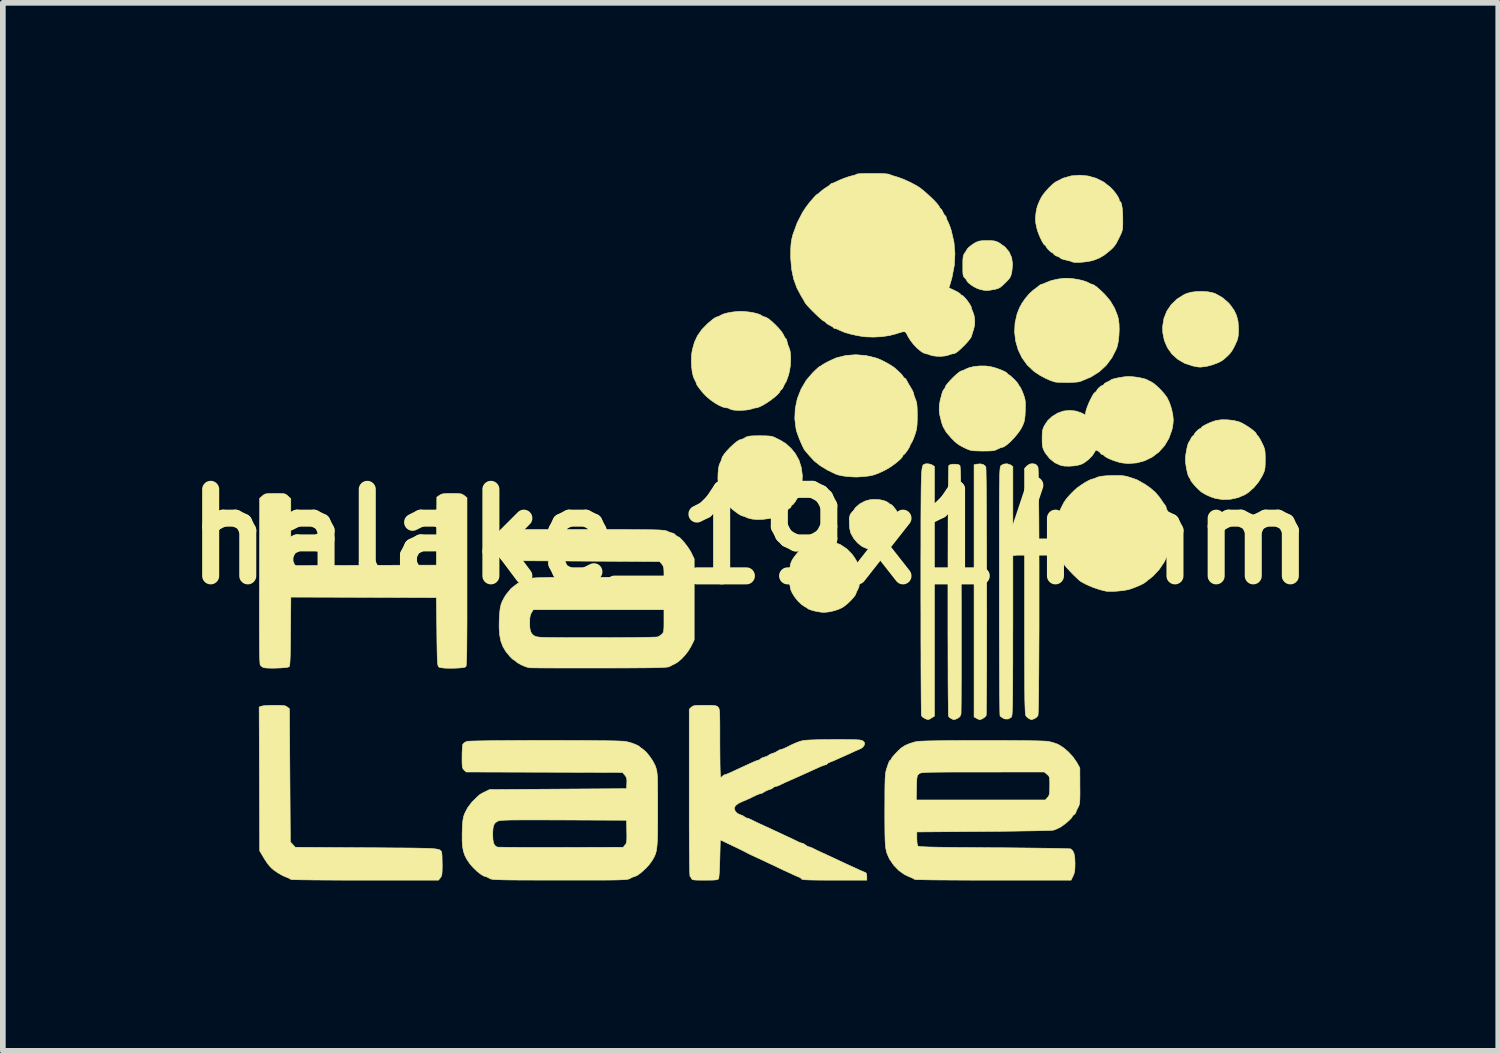
<source format=kicad_pcb>
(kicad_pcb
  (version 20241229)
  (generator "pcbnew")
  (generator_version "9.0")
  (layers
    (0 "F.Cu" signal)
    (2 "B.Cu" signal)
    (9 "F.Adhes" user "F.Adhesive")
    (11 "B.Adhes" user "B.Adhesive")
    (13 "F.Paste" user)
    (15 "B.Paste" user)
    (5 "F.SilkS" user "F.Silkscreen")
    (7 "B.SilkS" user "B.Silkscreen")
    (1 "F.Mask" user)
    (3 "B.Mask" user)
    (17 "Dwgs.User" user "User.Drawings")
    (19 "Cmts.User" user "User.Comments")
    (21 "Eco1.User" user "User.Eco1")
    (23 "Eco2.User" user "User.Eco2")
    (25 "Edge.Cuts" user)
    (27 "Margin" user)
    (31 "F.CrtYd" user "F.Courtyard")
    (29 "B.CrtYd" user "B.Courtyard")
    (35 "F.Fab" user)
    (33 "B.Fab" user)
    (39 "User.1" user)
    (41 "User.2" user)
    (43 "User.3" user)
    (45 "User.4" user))
  (footprint "halake_19x14mm"
    (layer "F.Cu")
    (at 10.167 6.402)
    (property "Reference" "halake_19x14mm" (at 0 0 0) (layer "F.SilkS") (effects (font (size 1.524 1.524) (thickness 0.3))))
    (attr through_hole)
    (fp_poly (pts (xy 4.104 -1.269) (xy 4.139 -1.238) (xy 4.144 -1.228) (xy 4.146 -1.208) (xy 4.148 -1.158) (xy 4.149 -1.081) (xy 4.151 -0.979) (xy 4.152 -0.855) (xy 4.153 -0.709) (xy 4.154 -0.546) (xy 4.155 -0.366) (xy 4.156 -0.173) (xy 4.157 0.032) (xy 4.158 0.246) (xy 4.158 0.468) (xy 4.159 0.694) (xy 4.159 0.923) (xy 4.159 1.152) (xy 4.16 1.38) (xy 4.159 1.603) (xy 4.159 1.82) (xy 4.159 2.028) (xy 4.159 2.226) (xy 4.158 2.41) (xy 4.157 2.579) (xy 4.156 2.731) (xy 4.155 2.863) (xy 4.154 2.972) (xy 4.153 3.058) (xy 4.152 3.117) (xy 4.15 3.147) (xy 4.149 3.15) (xy 4.129 3.174) (xy 4.093 3.2) (xy 4.056 3.218) (xy 4.037 3.222) (xy 4.015 3.215) (xy 3.981 3.198) (xy 3.981 3.198) (xy 3.937 3.174) (xy 3.937 -1.267) (xy 3.985 -1.278) (xy 4.05 -1.283) (xy 4.104 -1.269)) (stroke (width 0.01) (type solid)) (fill yes) (layer "F.SilkS"))
    (fp_poly (pts (xy 2.259 -0.654) (xy 2.337 -0.64) (xy 2.398 -0.617) (xy 2.422 -0.601) (xy 2.449 -0.579) (xy 2.465 -0.572) (xy 2.488 -0.559) (xy 2.52 -0.526) (xy 2.555 -0.481) (xy 2.587 -0.432) (xy 2.605 -0.397) (xy 2.62 -0.345) (xy 2.629 -0.275) (xy 2.632 -0.198) (xy 2.628 -0.127) (xy 2.621 -0.086) (xy 2.583 0.002) (xy 2.52 0.086) (xy 2.439 0.157) (xy 2.436 0.159) (xy 2.396 0.185) (xy 2.36 0.201) (xy 2.318 0.21) (xy 2.259 0.214) (xy 2.225 0.216) (xy 2.157 0.217) (xy 2.097 0.215) (xy 2.055 0.211) (xy 2.048 0.209) (xy 1.966 0.172) (xy 1.887 0.11) (xy 1.82 0.033) (xy 1.771 -0.053) (xy 1.761 -0.079) (xy 1.746 -0.151) (xy 1.74 -0.23) (xy 1.745 -0.302) (xy 1.759 -0.356) (xy 1.78 -0.401) (xy 1.795 -0.433) (xy 1.848 -0.512) (xy 1.925 -0.579) (xy 2.018 -0.628) (xy 2.092 -0.649) (xy 2.174 -0.658) (xy 2.259 -0.654)) (stroke (width 0.01) (type solid)) (fill yes) (layer "F.SilkS"))
    (fp_poly (pts (xy 8.057 -4.313) (xy 8.145 -4.295) (xy 8.184 -4.282) (xy 8.311 -4.211) (xy 8.417 -4.119) (xy 8.451 -4.079) (xy 8.517 -3.986) (xy 8.56 -3.894) (xy 8.585 -3.795) (xy 8.594 -3.678) (xy 8.594 -3.633) (xy 8.591 -3.558) (xy 8.583 -3.502) (xy 8.568 -3.452) (xy 8.542 -3.395) (xy 8.509 -3.327) (xy 8.481 -3.278) (xy 8.452 -3.237) (xy 8.415 -3.197) (xy 8.363 -3.149) (xy 8.334 -3.123) (xy 8.288 -3.091) (xy 8.22 -3.059) (xy 8.143 -3.03) (xy 8.066 -3.008) (xy 8.033 -3.001) (xy 7.969 -2.992) (xy 7.925 -2.987) (xy 7.886 -2.989) (xy 7.84 -2.997) (xy 7.787 -3.008) (xy 7.646 -3.054) (xy 7.524 -3.125) (xy 7.422 -3.217) (xy 7.343 -3.328) (xy 7.288 -3.455) (xy 7.26 -3.595) (xy 7.258 -3.705) (xy 7.281 -3.845) (xy 7.332 -3.973) (xy 7.41 -4.088) (xy 7.512 -4.186) (xy 7.635 -4.263) (xy 7.679 -4.283) (xy 7.756 -4.305) (xy 7.852 -4.318) (xy 7.956 -4.32) (xy 8.057 -4.313)) (stroke (width 0.01) (type solid)) (fill yes) (layer "F.SilkS"))
    (fp_poly (pts (xy 3.144 -1.282) (xy 3.191 -1.268) (xy 3.203 -1.261) (xy 3.239 -1.236) (xy 3.239 3.16) (xy 3.187 3.191) (xy 3.151 3.213) (xy 3.127 3.22) (xy 3.102 3.214) (xy 3.07 3.2) (xy 3.033 3.178) (xy 3.011 3.153) (xy 3.011 3.152) (xy 3.009 3.133) (xy 3.008 3.084) (xy 3.007 3.007) (xy 3.006 2.904) (xy 3.005 2.777) (xy 3.004 2.627) (xy 3.003 2.457) (xy 3.002 2.268) (xy 3.002 2.061) (xy 3.001 1.84) (xy 3.001 1.606) (xy 3.001 1.36) (xy 3 1.105) (xy 3 0.966) (xy 3 0.658) (xy 3 0.379) (xy 3.001 0.13) (xy 3.001 -0.093) (xy 3.001 -0.29) (xy 3.002 -0.463) (xy 3.003 -0.615) (xy 3.004 -0.745) (xy 3.005 -0.856) (xy 3.007 -0.95) (xy 3.009 -1.028) (xy 3.012 -1.092) (xy 3.015 -1.142) (xy 3.019 -1.182) (xy 3.023 -1.212) (xy 3.028 -1.234) (xy 3.033 -1.249) (xy 3.039 -1.26) (xy 3.046 -1.267) (xy 3.053 -1.273) (xy 3.054 -1.274) (xy 3.093 -1.285) (xy 3.144 -1.282)) (stroke (width 0.01) (type solid)) (fill yes) (layer "F.SilkS"))
    (fp_poly (pts (xy 4.241 -5.214) (xy 4.293 -5.209) (xy 4.333 -5.198) (xy 4.372 -5.18) (xy 4.38 -5.175) (xy 4.481 -5.103) (xy 4.554 -5.016) (xy 4.599 -4.915) (xy 4.615 -4.799) (xy 4.604 -4.681) (xy 4.593 -4.624) (xy 4.58 -4.584) (xy 4.56 -4.549) (xy 4.526 -4.511) (xy 4.485 -4.47) (xy 4.434 -4.421) (xy 4.395 -4.39) (xy 4.359 -4.372) (xy 4.315 -4.359) (xy 4.283 -4.353) (xy 4.215 -4.341) (xy 4.166 -4.337) (xy 4.122 -4.339) (xy 4.072 -4.348) (xy 4.037 -4.357) (xy 3.989 -4.374) (xy 3.935 -4.402) (xy 3.883 -4.435) (xy 3.84 -4.469) (xy 3.814 -4.497) (xy 3.81 -4.509) (xy 3.799 -4.529) (xy 3.774 -4.556) (xy 3.759 -4.573) (xy 3.748 -4.594) (xy 3.742 -4.624) (xy 3.739 -4.671) (xy 3.739 -4.741) (xy 3.739 -4.77) (xy 3.739 -4.85) (xy 3.742 -4.906) (xy 3.747 -4.944) (xy 3.757 -4.971) (xy 3.772 -4.995) (xy 3.774 -4.999) (xy 3.797 -5.032) (xy 3.809 -5.053) (xy 3.81 -5.055) (xy 3.822 -5.075) (xy 3.854 -5.105) (xy 3.898 -5.139) (xy 3.946 -5.171) (xy 3.954 -5.175) (xy 3.994 -5.195) (xy 4.033 -5.207) (xy 4.081 -5.213) (xy 4.15 -5.215) (xy 4.167 -5.215) (xy 4.241 -5.214)) (stroke (width 0.01) (type solid)) (fill yes) (layer "F.SilkS"))
    (fp_poly (pts (xy 5.007 -1.28) (xy 5.04 -1.261) (xy 5.062 -1.227) (xy 5.064 -1.207) (xy 5.067 -1.156) (xy 5.069 -1.079) (xy 5.071 -0.976) (xy 5.073 -0.851) (xy 5.075 -0.705) (xy 5.076 -0.541) (xy 5.078 -0.361) (xy 5.079 -0.167) (xy 5.08 0.038) (xy 5.08 0.253) (xy 5.081 0.475) (xy 5.081 0.701) (xy 5.081 0.93) (xy 5.081 1.16) (xy 5.081 1.387) (xy 5.081 1.61) (xy 5.08 1.827) (xy 5.079 2.035) (xy 5.078 2.233) (xy 5.077 2.417) (xy 5.075 2.585) (xy 5.074 2.736) (xy 5.072 2.867) (xy 5.07 2.976) (xy 5.068 3.06) (xy 5.065 3.118) (xy 5.063 3.147) (xy 5.062 3.15) (xy 5.034 3.183) (xy 4.996 3.206) (xy 4.963 3.217) (xy 4.947 3.222) (xy 4.947 3.222) (xy 4.933 3.216) (xy 4.911 3.207) (xy 4.876 3.183) (xy 4.852 3.157) (xy 4.848 3.149) (xy 4.845 3.138) (xy 4.842 3.119) (xy 4.839 3.093) (xy 4.837 3.058) (xy 4.835 3.011) (xy 4.833 2.952) (xy 4.831 2.879) (xy 4.83 2.79) (xy 4.829 2.684) (xy 4.828 2.559) (xy 4.828 2.414) (xy 4.827 2.247) (xy 4.827 2.056) (xy 4.826 1.84) (xy 4.826 1.597) (xy 4.826 1.326) (xy 4.826 1.025) (xy 4.826 -1.202) (xy 4.865 -1.244) (xy 4.913 -1.278) (xy 4.956 -1.286) (xy 5.007 -1.28)) (stroke (width 0.01) (type solid)) (fill yes) (layer "F.SilkS"))
    (fp_poly (pts (xy 5.673 -4.545) (xy 5.763 -4.531) (xy 5.847 -4.512) (xy 5.915 -4.49) (xy 5.947 -4.475) (xy 5.985 -4.455) (xy 6.014 -4.445) (xy 6.016 -4.445) (xy 6.049 -4.432) (xy 6.101 -4.395) (xy 6.172 -4.332) (xy 6.237 -4.269) (xy 6.334 -4.155) (xy 6.411 -4.025) (xy 6.465 -3.889) (xy 6.477 -3.841) (xy 6.49 -3.751) (xy 6.493 -3.647) (xy 6.488 -3.537) (xy 6.476 -3.433) (xy 6.456 -3.344) (xy 6.444 -3.31) (xy 6.364 -3.152) (xy 6.264 -3.018) (xy 6.142 -2.906) (xy 5.997 -2.814) (xy 5.828 -2.743) (xy 5.787 -2.729) (xy 5.752 -2.724) (xy 5.694 -2.72) (xy 5.623 -2.717) (xy 5.545 -2.717) (xy 5.47 -2.718) (xy 5.406 -2.72) (xy 5.363 -2.725) (xy 5.358 -2.726) (xy 5.279 -2.752) (xy 5.187 -2.794) (xy 5.093 -2.845) (xy 5.008 -2.901) (xy 4.987 -2.917) (xy 4.873 -3.025) (xy 4.781 -3.152) (xy 4.713 -3.294) (xy 4.669 -3.447) (xy 4.651 -3.605) (xy 4.659 -3.766) (xy 4.695 -3.924) (xy 4.736 -4.029) (xy 4.782 -4.113) (xy 4.842 -4.199) (xy 4.908 -4.277) (xy 4.973 -4.337) (xy 4.989 -4.349) (xy 5.033 -4.381) (xy 5.069 -4.41) (xy 5.081 -4.421) (xy 5.11 -4.44) (xy 5.126 -4.445) (xy 5.151 -4.452) (xy 5.191 -4.469) (xy 5.204 -4.475) (xy 5.293 -4.51) (xy 5.406 -4.536) (xy 5.517 -4.551) (xy 5.588 -4.552) (xy 5.673 -4.545)) (stroke (width 0.01) (type solid)) (fill yes) (layer "F.SilkS"))
    (fp_poly (pts (xy 4.571 -1.269) (xy 4.584 -1.261) (xy 4.62 -1.236) (xy 4.62 0.959) (xy 4.62 1.267) (xy 4.62 1.546) (xy 4.619 1.795) (xy 4.619 2.018) (xy 4.619 2.215) (xy 4.618 2.388) (xy 4.618 2.539) (xy 4.617 2.669) (xy 4.616 2.78) (xy 4.615 2.873) (xy 4.614 2.95) (xy 4.612 3.013) (xy 4.61 3.063) (xy 4.608 3.101) (xy 4.606 3.13) (xy 4.603 3.15) (xy 4.6 3.164) (xy 4.596 3.173) (xy 4.593 3.178) (xy 4.592 3.179) (xy 4.539 3.21) (xy 4.483 3.21) (xy 4.453 3.198) (xy 4.417 3.175) (xy 4.394 3.155) (xy 4.394 3.154) (xy 4.393 3.136) (xy 4.391 3.089) (xy 4.39 3.013) (xy 4.389 2.911) (xy 4.387 2.784) (xy 4.386 2.635) (xy 4.385 2.465) (xy 4.384 2.276) (xy 4.384 2.071) (xy 4.383 1.85) (xy 4.382 1.615) (xy 4.382 1.369) (xy 4.382 1.114) (xy 4.382 0.956) (xy 4.382 0.65) (xy 4.382 0.374) (xy 4.382 0.126) (xy 4.382 -0.095) (xy 4.382 -0.291) (xy 4.382 -0.462) (xy 4.383 -0.612) (xy 4.384 -0.74) (xy 4.384 -0.85) (xy 4.386 -0.942) (xy 4.387 -1.019) (xy 4.388 -1.081) (xy 4.39 -1.13) (xy 4.392 -1.168) (xy 4.395 -1.197) (xy 4.398 -1.218) (xy 4.401 -1.232) (xy 4.404 -1.242) (xy 4.408 -1.249) (xy 4.413 -1.254) (xy 4.413 -1.254) (xy 4.459 -1.279) (xy 4.516 -1.285) (xy 4.571 -1.269)) (stroke (width 0.01) (type solid)) (fill yes) (layer "F.SilkS"))
    (fp_poly (pts (xy -8.3 2.969) (xy -8.242 2.972) (xy -8.203 2.977) (xy -8.177 2.986) (xy -8.158 2.999) (xy -8.12 3.029) (xy -8.112 4.202) (xy -8.104 5.374) (xy -8.017 5.469) (xy -6.765 5.477) (xy -6.534 5.478) (xy -6.333 5.48) (xy -6.159 5.481) (xy -6.01 5.482) (xy -5.885 5.484) (xy -5.781 5.486) (xy -5.696 5.488) (xy -5.628 5.491) (xy -5.575 5.495) (xy -5.534 5.5) (xy -5.505 5.505) (xy -5.483 5.511) (xy -5.468 5.519) (xy -5.458 5.528) (xy -5.449 5.538) (xy -5.441 5.548) (xy -5.437 5.569) (xy -5.433 5.616) (xy -5.431 5.681) (xy -5.43 5.757) (xy -5.429 5.764) (xy -5.43 5.849) (xy -5.432 5.909) (xy -5.436 5.95) (xy -5.444 5.977) (xy -5.456 5.999) (xy -5.462 6.007) (xy -5.495 6.048) (xy -6.796 6.048) (xy -6.996 6.048) (xy -7.187 6.048) (xy -7.365 6.047) (xy -7.53 6.046) (xy -7.679 6.045) (xy -7.808 6.043) (xy -7.917 6.042) (xy -8.002 6.04) (xy -8.061 6.038) (xy -8.092 6.036) (xy -8.096 6.035) (xy -8.11 6.023) (xy -8.144 6.007) (xy -8.164 6) (xy -8.237 5.969) (xy -8.318 5.923) (xy -8.394 5.871) (xy -8.439 5.832) (xy -8.478 5.79) (xy -8.516 5.74) (xy -8.558 5.676) (xy -8.596 5.613) (xy -8.644 5.532) (xy -8.648 4.266) (xy -8.653 3) (xy -8.612 2.984) (xy -8.58 2.978) (xy -8.524 2.973) (xy -8.453 2.97) (xy -8.383 2.969) (xy -8.3 2.969)) (stroke (width 0.01) (type solid)) (fill yes) (layer "F.SilkS"))
    (fp_poly (pts (xy 3.658 -1.271) (xy 3.686 -1.257) (xy 3.689 -1.249) (xy 3.692 -1.23) (xy 3.694 -1.198) (xy 3.697 -1.153) (xy 3.699 -1.093) (xy 3.701 -1.015) (xy 3.702 -0.92) (xy 3.704 -0.806) (xy 3.705 -0.671) (xy 3.706 -0.513) (xy 3.707 -0.332) (xy 3.708 -0.126) (xy 3.709 0.106) (xy 3.71 0.366) (xy 3.711 0.656) (xy 3.711 0.918) (xy 3.712 1.177) (xy 3.712 1.429) (xy 3.712 1.67) (xy 3.712 1.9) (xy 3.712 2.116) (xy 3.712 2.315) (xy 3.712 2.498) (xy 3.711 2.66) (xy 3.711 2.802) (xy 3.71 2.92) (xy 3.709 3.013) (xy 3.708 3.079) (xy 3.707 3.115) (xy 3.707 3.123) (xy 3.687 3.169) (xy 3.648 3.198) (xy 3.603 3.217) (xy 3.571 3.219) (xy 3.537 3.204) (xy 3.532 3.202) (xy 3.502 3.18) (xy 3.489 3.167) (xy 3.487 3.149) (xy 3.485 3.101) (xy 3.484 3.027) (xy 3.483 2.927) (xy 3.481 2.804) (xy 3.48 2.66) (xy 3.479 2.498) (xy 3.479 2.32) (xy 3.478 2.128) (xy 3.478 1.923) (xy 3.477 1.71) (xy 3.477 1.489) (xy 3.477 1.262) (xy 3.477 1.033) (xy 3.477 0.803) (xy 3.478 0.575) (xy 3.478 0.35) (xy 3.479 0.131) (xy 3.479 -0.08) (xy 3.48 -0.28) (xy 3.481 -0.468) (xy 3.482 -0.641) (xy 3.483 -0.797) (xy 3.485 -0.934) (xy 3.486 -1.05) (xy 3.488 -1.142) (xy 3.489 -1.208) (xy 3.491 -1.246) (xy 3.492 -1.254) (xy 3.517 -1.269) (xy 3.561 -1.277) (xy 3.612 -1.277) (xy 3.658 -1.271)) (stroke (width 0.01) (type solid)) (fill yes) (layer "F.SilkS"))
    (fp_poly (pts (xy 1.457 0.091) (xy 1.581 0.138) (xy 1.693 0.212) (xy 1.787 0.307) (xy 1.824 0.358) (xy 1.856 0.407) (xy 1.872 0.437) (xy 1.891 0.479) (xy 1.907 0.512) (xy 1.913 0.539) (xy 1.917 0.589) (xy 1.92 0.655) (xy 1.921 0.706) (xy 1.92 0.787) (xy 1.916 0.844) (xy 1.908 0.886) (xy 1.894 0.919) (xy 1.889 0.929) (xy 1.869 0.968) (xy 1.858 0.996) (xy 1.857 1) (xy 1.846 1.027) (xy 1.815 1.068) (xy 1.772 1.116) (xy 1.721 1.166) (xy 1.668 1.211) (xy 1.621 1.245) (xy 1.615 1.248) (xy 1.551 1.278) (xy 1.467 1.305) (xy 1.38 1.324) (xy 1.301 1.332) (xy 1.285 1.332) (xy 1.229 1.327) (xy 1.161 1.315) (xy 1.119 1.306) (xy 1.068 1.291) (xy 1.03 1.278) (xy 1.016 1.27) (xy 0.998 1.256) (xy 0.963 1.235) (xy 0.953 1.23) (xy 0.895 1.19) (xy 0.836 1.133) (xy 0.781 1.065) (xy 0.736 0.994) (xy 0.707 0.928) (xy 0.699 0.882) (xy 0.693 0.849) (xy 0.683 0.833) (xy 0.675 0.814) (xy 0.67 0.771) (xy 0.667 0.713) (xy 0.667 0.699) (xy 0.669 0.638) (xy 0.674 0.591) (xy 0.681 0.566) (xy 0.683 0.564) (xy 0.695 0.542) (xy 0.699 0.512) (xy 0.706 0.474) (xy 0.727 0.425) (xy 0.739 0.401) (xy 0.772 0.353) (xy 0.812 0.302) (xy 0.855 0.254) (xy 0.895 0.216) (xy 0.925 0.193) (xy 0.934 0.191) (xy 0.951 0.181) (xy 0.953 0.176) (xy 0.966 0.164) (xy 1.002 0.144) (xy 1.053 0.121) (xy 1.06 0.118) (xy 1.192 0.08) (xy 1.326 0.071) (xy 1.457 0.091)) (stroke (width 0.01) (type solid)) (fill yes) (layer "F.SilkS"))
    (fp_poly (pts (xy 8.4 -2.059) (xy 8.507 -2.047) (xy 8.599 -2.025) (xy 8.645 -2.006) (xy 8.7 -1.976) (xy 8.76 -1.939) (xy 8.816 -1.9) (xy 8.864 -1.862) (xy 8.896 -1.832) (xy 8.906 -1.815) (xy 8.918 -1.791) (xy 8.928 -1.783) (xy 8.945 -1.763) (xy 8.97 -1.723) (xy 8.999 -1.669) (xy 9.007 -1.652) (xy 9.033 -1.599) (xy 9.049 -1.557) (xy 9.059 -1.516) (xy 9.063 -1.468) (xy 9.065 -1.401) (xy 9.065 -1.357) (xy 9.064 -1.278) (xy 9.061 -1.222) (xy 9.055 -1.178) (xy 9.042 -1.138) (xy 9.022 -1.093) (xy 9.01 -1.069) (xy 8.946 -0.963) (xy 8.863 -0.864) (xy 8.769 -0.781) (xy 8.707 -0.741) (xy 8.587 -0.689) (xy 8.455 -0.66) (xy 8.32 -0.654) (xy 8.193 -0.673) (xy 8.187 -0.675) (xy 8.101 -0.704) (xy 8.018 -0.741) (xy 7.951 -0.781) (xy 7.94 -0.788) (xy 7.896 -0.827) (xy 7.849 -0.873) (xy 7.805 -0.922) (xy 7.77 -0.965) (xy 7.75 -0.997) (xy 7.747 -1.007) (xy 7.737 -1.029) (xy 7.722 -1.049) (xy 7.709 -1.076) (xy 7.694 -1.126) (xy 7.68 -1.19) (xy 7.674 -1.221) (xy 7.663 -1.297) (xy 7.659 -1.356) (xy 7.661 -1.412) (xy 7.671 -1.479) (xy 7.675 -1.503) (xy 7.688 -1.568) (xy 7.702 -1.623) (xy 7.716 -1.659) (xy 7.72 -1.665) (xy 7.742 -1.699) (xy 7.759 -1.734) (xy 7.778 -1.765) (xy 7.794 -1.778) (xy 7.81 -1.79) (xy 7.811 -1.795) (xy 7.822 -1.818) (xy 7.848 -1.849) (xy 7.881 -1.881) (xy 7.91 -1.901) (xy 7.92 -1.905) (xy 7.937 -1.915) (xy 7.938 -1.919) (xy 7.951 -1.935) (xy 7.987 -1.958) (xy 8.039 -1.985) (xy 8.097 -2.011) (xy 8.156 -2.033) (xy 8.205 -2.048) (xy 8.295 -2.06) (xy 8.4 -2.059)) (stroke (width 0.01) (type solid)) (fill yes) (layer "F.SilkS"))
    (fp_poly (pts (xy 5.944 -6.353) (xy 6.086 -6.313) (xy 6.218 -6.247) (xy 6.335 -6.156) (xy 6.34 -6.151) (xy 6.394 -6.094) (xy 6.44 -6.035) (xy 6.474 -5.982) (xy 6.492 -5.942) (xy 6.493 -5.932) (xy 6.499 -5.909) (xy 6.506 -5.905) (xy 6.523 -5.89) (xy 6.536 -5.847) (xy 6.547 -5.78) (xy 6.554 -5.694) (xy 6.556 -5.591) (xy 6.556 -5.591) (xy 6.556 -5.508) (xy 6.554 -5.448) (xy 6.548 -5.404) (xy 6.538 -5.366) (xy 6.521 -5.327) (xy 6.508 -5.299) (xy 6.47 -5.222) (xy 6.441 -5.167) (xy 6.414 -5.127) (xy 6.386 -5.093) (xy 6.35 -5.058) (xy 6.321 -5.033) (xy 6.23 -4.96) (xy 6.142 -4.908) (xy 6.045 -4.87) (xy 6.017 -4.862) (xy 5.956 -4.849) (xy 5.884 -4.839) (xy 5.811 -4.832) (xy 5.744 -4.83) (xy 5.693 -4.833) (xy 5.667 -4.84) (xy 5.639 -4.851) (xy 5.592 -4.864) (xy 5.552 -4.873) (xy 5.504 -4.885) (xy 5.47 -4.897) (xy 5.461 -4.905) (xy 5.447 -4.918) (xy 5.414 -4.934) (xy 5.404 -4.937) (xy 5.365 -4.955) (xy 5.341 -4.975) (xy 5.339 -4.978) (xy 5.323 -4.998) (xy 5.315 -5.001) (xy 5.294 -5.012) (xy 5.263 -5.038) (xy 5.232 -5.07) (xy 5.211 -5.098) (xy 5.207 -5.109) (xy 5.194 -5.128) (xy 5.185 -5.133) (xy 5.164 -5.153) (xy 5.138 -5.196) (xy 5.108 -5.255) (xy 5.079 -5.322) (xy 5.054 -5.39) (xy 5.041 -5.437) (xy 5.022 -5.53) (xy 5.018 -5.615) (xy 5.028 -5.708) (xy 5.032 -5.733) (xy 5.042 -5.781) (xy 5.053 -5.821) (xy 5.069 -5.864) (xy 5.093 -5.918) (xy 5.117 -5.968) (xy 5.151 -6.022) (xy 5.201 -6.085) (xy 5.261 -6.15) (xy 5.321 -6.208) (xy 5.374 -6.248) (xy 5.507 -6.315) (xy 5.649 -6.355) (xy 5.797 -6.367) (xy 5.944 -6.353)) (stroke (width 0.01) (type solid)) (fill yes) (layer "F.SilkS"))
    (fp_poly (pts (xy 0.255 -1.777) (xy 0.32 -1.774) (xy 0.366 -1.769) (xy 0.401 -1.759) (xy 0.426 -1.748) (xy 0.475 -1.724) (xy 0.518 -1.702) (xy 0.524 -1.7) (xy 0.623 -1.639) (xy 0.718 -1.552) (xy 0.787 -1.467) (xy 0.853 -1.35) (xy 0.895 -1.217) (xy 0.913 -1.075) (xy 0.906 -0.932) (xy 0.874 -0.794) (xy 0.869 -0.778) (xy 0.844 -0.72) (xy 0.814 -0.662) (xy 0.782 -0.61) (xy 0.753 -0.573) (xy 0.732 -0.556) (xy 0.729 -0.556) (xy 0.716 -0.543) (xy 0.714 -0.532) (xy 0.706 -0.511) (xy 0.698 -0.508) (xy 0.678 -0.497) (xy 0.65 -0.47) (xy 0.648 -0.468) (xy 0.619 -0.441) (xy 0.596 -0.429) (xy 0.595 -0.429) (xy 0.571 -0.419) (xy 0.547 -0.401) (xy 0.491 -0.366) (xy 0.411 -0.338) (xy 0.317 -0.318) (xy 0.216 -0.306) (xy 0.117 -0.303) (xy 0.027 -0.311) (xy -0.046 -0.33) (xy -0.056 -0.334) (xy -0.099 -0.353) (xy -0.131 -0.364) (xy -0.138 -0.365) (xy -0.167 -0.375) (xy -0.211 -0.401) (xy -0.264 -0.439) (xy -0.32 -0.483) (xy -0.372 -0.528) (xy -0.414 -0.568) (xy -0.439 -0.6) (xy -0.445 -0.613) (xy -0.455 -0.635) (xy -0.476 -0.659) (xy -0.5 -0.689) (xy -0.509 -0.713) (xy -0.515 -0.742) (xy -0.532 -0.785) (xy -0.54 -0.802) (xy -0.557 -0.858) (xy -0.569 -0.935) (xy -0.574 -1.023) (xy -0.572 -1.113) (xy -0.565 -1.196) (xy -0.551 -1.263) (xy -0.54 -1.29) (xy -0.52 -1.331) (xy -0.509 -1.363) (xy -0.508 -1.368) (xy -0.496 -1.404) (xy -0.464 -1.453) (xy -0.418 -1.51) (xy -0.362 -1.569) (xy -0.304 -1.624) (xy -0.247 -1.671) (xy -0.198 -1.703) (xy -0.162 -1.714) (xy -0.137 -1.722) (xy -0.1 -1.741) (xy -0.092 -1.746) (xy -0.066 -1.76) (xy -0.035 -1.769) (xy 0.006 -1.774) (xy 0.065 -1.777) (xy 0.149 -1.778) (xy 0.165 -1.778) (xy 0.255 -1.777)) (stroke (width 0.01) (type solid)) (fill yes) (layer "F.SilkS"))
    (fp_poly (pts (xy 4.201 -3) (xy 4.262 -2.987) (xy 4.329 -2.968) (xy 4.396 -2.944) (xy 4.455 -2.919) (xy 4.5 -2.896) (xy 4.523 -2.876) (xy 4.524 -2.871) (xy 4.537 -2.858) (xy 4.541 -2.857) (xy 4.56 -2.847) (xy 4.593 -2.819) (xy 4.632 -2.783) (xy 4.67 -2.744) (xy 4.7 -2.71) (xy 4.715 -2.688) (xy 4.715 -2.686) (xy 4.726 -2.664) (xy 4.737 -2.652) (xy 4.753 -2.629) (xy 4.775 -2.584) (xy 4.799 -2.527) (xy 4.803 -2.516) (xy 4.822 -2.462) (xy 4.834 -2.416) (xy 4.84 -2.369) (xy 4.841 -2.311) (xy 4.839 -2.233) (xy 4.839 -2.22) (xy 4.835 -2.138) (xy 4.829 -2.078) (xy 4.82 -2.031) (xy 4.805 -1.987) (xy 4.782 -1.937) (xy 4.78 -1.931) (xy 4.744 -1.87) (xy 4.695 -1.804) (xy 4.638 -1.737) (xy 4.579 -1.676) (xy 4.521 -1.624) (xy 4.47 -1.588) (xy 4.431 -1.572) (xy 4.426 -1.572) (xy 4.4 -1.565) (xy 4.359 -1.547) (xy 4.346 -1.54) (xy 4.316 -1.526) (xy 4.283 -1.517) (xy 4.239 -1.512) (xy 4.178 -1.51) (xy 4.093 -1.509) (xy 4.084 -1.509) (xy 3.998 -1.511) (xy 3.937 -1.513) (xy 3.891 -1.519) (xy 3.854 -1.528) (xy 3.816 -1.543) (xy 3.786 -1.557) (xy 3.72 -1.59) (xy 3.672 -1.618) (xy 3.632 -1.646) (xy 3.59 -1.683) (xy 3.538 -1.735) (xy 3.448 -1.84) (xy 3.389 -1.942) (xy 3.364 -2.016) (xy 3.352 -2.068) (xy 3.337 -2.128) (xy 3.333 -2.143) (xy 3.323 -2.224) (xy 3.326 -2.317) (xy 3.341 -2.408) (xy 3.348 -2.432) (xy 3.362 -2.483) (xy 3.373 -2.527) (xy 3.388 -2.568) (xy 3.405 -2.593) (xy 3.425 -2.62) (xy 3.429 -2.634) (xy 3.44 -2.66) (xy 3.471 -2.7) (xy 3.514 -2.749) (xy 3.564 -2.801) (xy 3.616 -2.85) (xy 3.664 -2.89) (xy 3.701 -2.915) (xy 3.719 -2.921) (xy 3.745 -2.929) (xy 3.782 -2.948) (xy 3.786 -2.95) (xy 3.851 -2.977) (xy 3.937 -2.997) (xy 4.034 -3.007) (xy 4.134 -3.007) (xy 4.201 -3)) (stroke (width 0.01) (type solid)) (fill yes) (layer "F.SilkS"))
    (fp_poly (pts (xy 6.513 -1.078) (xy 6.567 -1.073) (xy 6.617 -1.064) (xy 6.671 -1.049) (xy 6.672 -1.048) (xy 6.732 -1.029) (xy 6.783 -1.011) (xy 6.815 -0.998) (xy 6.817 -0.997) (xy 6.945 -0.924) (xy 7.047 -0.853) (xy 7.13 -0.78) (xy 7.197 -0.702) (xy 7.233 -0.651) (xy 7.263 -0.606) (xy 7.289 -0.571) (xy 7.299 -0.558) (xy 7.316 -0.531) (xy 7.318 -0.519) (xy 7.325 -0.493) (xy 7.342 -0.455) (xy 7.343 -0.452) (xy 7.376 -0.368) (xy 7.399 -0.261) (xy 7.412 -0.14) (xy 7.415 -0.015) (xy 7.405 0.106) (xy 7.397 0.16) (xy 7.354 0.303) (xy 7.286 0.445) (xy 7.198 0.576) (xy 7.093 0.689) (xy 7.043 0.731) (xy 6.997 0.766) (xy 6.961 0.795) (xy 6.942 0.81) (xy 6.909 0.83) (xy 6.855 0.856) (xy 6.789 0.884) (xy 6.721 0.91) (xy 6.668 0.928) (xy 6.61 0.94) (xy 6.534 0.951) (xy 6.449 0.959) (xy 6.367 0.963) (xy 6.297 0.963) (xy 6.255 0.958) (xy 6.143 0.93) (xy 6.024 0.889) (xy 5.911 0.84) (xy 5.818 0.79) (xy 5.786 0.765) (xy 5.741 0.723) (xy 5.687 0.671) (xy 5.632 0.614) (xy 5.582 0.56) (xy 5.542 0.514) (xy 5.52 0.483) (xy 5.519 0.482) (xy 5.495 0.436) (xy 5.476 0.397) (xy 5.458 0.357) (xy 5.434 0.306) (xy 5.429 0.294) (xy 5.404 0.221) (xy 5.387 0.125) (xy 5.377 0.017) (xy 5.375 -0.097) (xy 5.382 -0.206) (xy 5.383 -0.21) (xy 5.393 -0.284) (xy 5.407 -0.349) (xy 5.428 -0.411) (xy 5.457 -0.481) (xy 5.5 -0.566) (xy 5.518 -0.601) (xy 5.551 -0.651) (xy 5.601 -0.712) (xy 5.661 -0.776) (xy 5.723 -0.835) (xy 5.768 -0.872) (xy 5.83 -0.915) (xy 5.894 -0.956) (xy 5.953 -0.989) (xy 5.999 -1.01) (xy 6.023 -1.016) (xy 6.05 -1.023) (xy 6.09 -1.039) (xy 6.098 -1.043) (xy 6.134 -1.056) (xy 6.187 -1.066) (xy 6.261 -1.073) (xy 6.354 -1.077) (xy 6.445 -1.079) (xy 6.513 -1.078)) (stroke (width 0.01) (type solid)) (fill yes) (layer "F.SilkS"))
    (fp_poly (pts (xy -0.097 -3.965) (xy -0.014 -3.956) (xy 0.064 -3.942) (xy 0.13 -3.925) (xy 0.176 -3.907) (xy 0.189 -3.899) (xy 0.221 -3.879) (xy 0.242 -3.873) (xy 0.278 -3.862) (xy 0.327 -3.83) (xy 0.384 -3.783) (xy 0.443 -3.727) (xy 0.5 -3.667) (xy 0.548 -3.609) (xy 0.581 -3.557) (xy 0.59 -3.536) (xy 0.606 -3.505) (xy 0.62 -3.493) (xy 0.631 -3.479) (xy 0.642 -3.444) (xy 0.644 -3.433) (xy 0.659 -3.378) (xy 0.679 -3.328) (xy 0.68 -3.326) (xy 0.697 -3.272) (xy 0.706 -3.195) (xy 0.707 -3.105) (xy 0.701 -3.009) (xy 0.687 -2.917) (xy 0.668 -2.842) (xy 0.648 -2.785) (xy 0.631 -2.74) (xy 0.62 -2.716) (xy 0.618 -2.715) (xy 0.605 -2.696) (xy 0.587 -2.66) (xy 0.582 -2.647) (xy 0.563 -2.61) (xy 0.545 -2.589) (xy 0.541 -2.588) (xy 0.525 -2.575) (xy 0.524 -2.571) (xy 0.511 -2.542) (xy 0.475 -2.503) (xy 0.423 -2.457) (xy 0.361 -2.409) (xy 0.293 -2.362) (xy 0.226 -2.321) (xy 0.165 -2.29) (xy 0.117 -2.272) (xy 0.1 -2.27) (xy 0.067 -2.265) (xy 0.021 -2.251) (xy 0.008 -2.247) (xy -0.044 -2.235) (xy -0.115 -2.228) (xy -0.195 -2.225) (xy -0.271 -2.228) (xy -0.318 -2.234) (xy -0.354 -2.245) (xy -0.372 -2.256) (xy -0.399 -2.267) (xy -0.424 -2.27) (xy -0.479 -2.281) (xy -0.548 -2.31) (xy -0.625 -2.354) (xy -0.702 -2.408) (xy -0.774 -2.467) (xy -0.826 -2.521) (xy -0.888 -2.596) (xy -0.929 -2.651) (xy -0.95 -2.686) (xy -0.953 -2.698) (xy -0.961 -2.723) (xy -0.979 -2.756) (xy -1.006 -2.816) (xy -1.026 -2.899) (xy -1.038 -2.997) (xy -1.042 -3.102) (xy -1.038 -3.206) (xy -1.025 -3.29) (xy -0.988 -3.423) (xy -0.933 -3.541) (xy -0.856 -3.65) (xy -0.753 -3.755) (xy -0.653 -3.838) (xy -0.616 -3.861) (xy -0.587 -3.873) (xy -0.584 -3.873) (xy -0.556 -3.882) (xy -0.526 -3.899) (xy -0.482 -3.92) (xy -0.415 -3.939) (xy -0.334 -3.955) (xy -0.248 -3.965) (xy -0.175 -3.969) (xy -0.097 -3.965)) (stroke (width 0.01) (type solid)) (fill yes) (layer "F.SilkS"))
    (fp_poly (pts (xy -5.183 -0.761) (xy -5.129 -0.759) (xy -5.094 -0.753) (xy -5.067 -0.743) (xy -5.044 -0.726) (xy -5.04 -0.724) (xy -4.993 -0.686) (xy -4.993 0.791) (xy -4.993 1.05) (xy -4.993 1.278) (xy -4.993 1.478) (xy -4.994 1.651) (xy -4.995 1.8) (xy -4.996 1.925) (xy -4.997 2.028) (xy -4.999 2.111) (xy -5.001 2.177) (xy -5.004 2.225) (xy -5.006 2.259) (xy -5.01 2.28) (xy -5.013 2.289) (xy -5.013 2.289) (xy -5.039 2.3) (xy -5.09 2.308) (xy -5.157 2.313) (xy -5.233 2.316) (xy -5.311 2.316) (xy -5.382 2.314) (xy -5.441 2.308) (xy -5.478 2.3) (xy -5.485 2.296) (xy -5.493 2.289) (xy -5.5 2.279) (xy -5.505 2.262) (xy -5.509 2.236) (xy -5.513 2.197) (xy -5.516 2.143) (xy -5.518 2.071) (xy -5.52 1.976) (xy -5.522 1.857) (xy -5.524 1.709) (xy -5.524 1.672) (xy -5.532 1.072) (xy -6.814 1.067) (xy -8.095 1.063) (xy -8.1 1.666) (xy -8.101 1.829) (xy -8.103 1.962) (xy -8.105 2.069) (xy -8.108 2.151) (xy -8.111 2.212) (xy -8.115 2.254) (xy -8.12 2.279) (xy -8.125 2.289) (xy -8.149 2.298) (xy -8.197 2.305) (xy -8.261 2.31) (xy -8.336 2.313) (xy -8.412 2.315) (xy -8.483 2.314) (xy -8.541 2.31) (xy -8.579 2.304) (xy -8.583 2.302) (xy -8.619 2.277) (xy -8.635 2.256) (xy -8.638 2.237) (xy -8.641 2.195) (xy -8.644 2.128) (xy -8.646 2.035) (xy -8.647 1.915) (xy -8.648 1.768) (xy -8.649 1.593) (xy -8.649 1.388) (xy -8.649 1.154) (xy -8.648 0.89) (xy -8.648 0.773) (xy -8.644 -0.677) (xy -8.596 -0.719) (xy -8.574 -0.737) (xy -8.551 -0.75) (xy -8.521 -0.757) (xy -8.476 -0.76) (xy -8.41 -0.761) (xy -8.372 -0.761) (xy -8.294 -0.761) (xy -8.242 -0.76) (xy -8.207 -0.755) (xy -8.182 -0.745) (xy -8.161 -0.73) (xy -8.146 -0.716) (xy -8.096 -0.67) (xy -8.096 0.508) (xy -6.814 0.504) (xy -5.532 0.5) (xy -5.528 -0.098) (xy -5.524 -0.697) (xy -5.478 -0.729) (xy -5.453 -0.744) (xy -5.423 -0.754) (xy -5.382 -0.759) (xy -5.321 -0.762) (xy -5.26 -0.762) (xy -5.183 -0.761)) (stroke (width 0.01) (type solid)) (fill yes) (layer "F.SilkS"))
    (fp_poly (pts (xy 2.031 -3.191) (xy 2.203 -3.15) (xy 2.252 -3.133) (xy 2.321 -3.102) (xy 2.397 -3.063) (xy 2.47 -3.02) (xy 2.53 -2.98) (xy 2.556 -2.958) (xy 2.583 -2.933) (xy 2.62 -2.899) (xy 2.629 -2.891) (xy 2.662 -2.857) (xy 2.685 -2.826) (xy 2.688 -2.82) (xy 2.705 -2.798) (xy 2.715 -2.794) (xy 2.733 -2.781) (xy 2.747 -2.758) (xy 2.764 -2.726) (xy 2.791 -2.678) (xy 2.817 -2.635) (xy 2.846 -2.586) (xy 2.866 -2.544) (xy 2.873 -2.521) (xy 2.879 -2.492) (xy 2.895 -2.447) (xy 2.905 -2.421) (xy 2.919 -2.384) (xy 2.928 -2.344) (xy 2.933 -2.292) (xy 2.936 -2.223) (xy 2.937 -2.134) (xy 2.936 -2.042) (xy 2.933 -1.972) (xy 2.927 -1.917) (xy 2.917 -1.867) (xy 2.901 -1.813) (xy 2.896 -1.798) (xy 2.874 -1.737) (xy 2.852 -1.686) (xy 2.835 -1.654) (xy 2.832 -1.65) (xy 2.814 -1.621) (xy 2.81 -1.607) (xy 2.801 -1.583) (xy 2.78 -1.546) (xy 2.752 -1.505) (xy 2.725 -1.469) (xy 2.703 -1.447) (xy 2.698 -1.445) (xy 2.684 -1.432) (xy 2.683 -1.426) (xy 2.67 -1.4) (xy 2.635 -1.362) (xy 2.584 -1.317) (xy 2.522 -1.269) (xy 2.454 -1.222) (xy 2.386 -1.182) (xy 2.349 -1.163) (xy 2.266 -1.124) (xy 2.2 -1.098) (xy 2.143 -1.081) (xy 2.085 -1.07) (xy 2.017 -1.062) (xy 2.016 -1.062) (xy 1.942 -1.056) (xy 1.886 -1.052) (xy 1.836 -1.052) (xy 1.781 -1.055) (xy 1.709 -1.061) (xy 1.683 -1.063) (xy 1.614 -1.073) (xy 1.548 -1.087) (xy 1.5 -1.103) (xy 1.349 -1.177) (xy 1.225 -1.253) (xy 1.123 -1.334) (xy 1.04 -1.423) (xy 1.04 -1.423) (xy 1.005 -1.465) (xy 0.979 -1.496) (xy 0.967 -1.508) (xy 0.949 -1.532) (xy 0.924 -1.579) (xy 0.895 -1.642) (xy 0.865 -1.712) (xy 0.838 -1.783) (xy 0.815 -1.847) (xy 0.802 -1.897) (xy 0.78 -2.078) (xy 0.788 -2.258) (xy 0.825 -2.433) (xy 0.891 -2.6) (xy 0.982 -2.755) (xy 1.1 -2.893) (xy 1.101 -2.893) (xy 1.149 -2.939) (xy 1.189 -2.976) (xy 1.215 -2.997) (xy 1.222 -3) (xy 1.244 -3.01) (xy 1.257 -3.021) (xy 1.281 -3.037) (xy 1.325 -3.062) (xy 1.381 -3.091) (xy 1.438 -3.118) (xy 1.49 -3.141) (xy 1.516 -3.152) (xy 1.681 -3.192) (xy 1.854 -3.205) (xy 2.031 -3.191)) (stroke (width 0.01) (type solid)) (fill yes) (layer "F.SilkS"))
    (fp_poly (pts (xy 6.714 -2.819) (xy 6.789 -2.811) (xy 6.796 -2.81) (xy 6.864 -2.798) (xy 6.923 -2.785) (xy 6.964 -2.773) (xy 6.973 -2.769) (xy 7.013 -2.748) (xy 7.06 -2.725) (xy 7.061 -2.724) (xy 7.108 -2.694) (xy 7.165 -2.645) (xy 7.226 -2.585) (xy 7.283 -2.521) (xy 7.329 -2.46) (xy 7.341 -2.44) (xy 7.38 -2.357) (xy 7.413 -2.257) (xy 7.436 -2.154) (xy 7.445 -2.062) (xy 7.445 -2.056) (xy 7.441 -1.993) (xy 7.43 -1.921) (xy 7.421 -1.881) (xy 7.368 -1.733) (xy 7.291 -1.603) (xy 7.192 -1.493) (xy 7.076 -1.404) (xy 6.945 -1.339) (xy 6.802 -1.3) (xy 6.651 -1.289) (xy 6.548 -1.299) (xy 6.487 -1.312) (xy 6.419 -1.333) (xy 6.351 -1.358) (xy 6.291 -1.385) (xy 6.247 -1.41) (xy 6.226 -1.43) (xy 6.226 -1.431) (xy 6.207 -1.444) (xy 6.198 -1.445) (xy 6.174 -1.457) (xy 6.16 -1.476) (xy 6.137 -1.502) (xy 6.121 -1.508) (xy 6.097 -1.519) (xy 6.092 -1.527) (xy 6.083 -1.526) (xy 6.066 -1.503) (xy 6.06 -1.491) (xy 6.018 -1.427) (xy 5.955 -1.362) (xy 5.881 -1.306) (xy 5.843 -1.284) (xy 5.782 -1.263) (xy 5.701 -1.248) (xy 5.612 -1.242) (xy 5.529 -1.244) (xy 5.463 -1.256) (xy 5.36 -1.303) (xy 5.268 -1.377) (xy 5.193 -1.472) (xy 5.173 -1.508) (xy 5.154 -1.549) (xy 5.143 -1.59) (xy 5.137 -1.642) (xy 5.136 -1.714) (xy 5.136 -1.73) (xy 5.137 -1.806) (xy 5.141 -1.859) (xy 5.151 -1.901) (xy 5.168 -1.941) (xy 5.178 -1.961) (xy 5.234 -2.045) (xy 5.309 -2.115) (xy 5.408 -2.176) (xy 5.412 -2.178) (xy 5.512 -2.213) (xy 5.623 -2.225) (xy 5.732 -2.213) (xy 5.818 -2.184) (xy 5.898 -2.145) (xy 5.902 -2.188) (xy 5.911 -2.229) (xy 5.931 -2.287) (xy 5.957 -2.352) (xy 5.984 -2.411) (xy 5.99 -2.421) (xy 6.01 -2.46) (xy 6.028 -2.495) (xy 6.051 -2.528) (xy 6.073 -2.546) (xy 6.093 -2.563) (xy 6.096 -2.572) (xy 6.108 -2.594) (xy 6.136 -2.624) (xy 6.17 -2.651) (xy 6.198 -2.666) (xy 6.203 -2.666) (xy 6.222 -2.678) (xy 6.223 -2.684) (xy 6.236 -2.7) (xy 6.269 -2.719) (xy 6.283 -2.725) (xy 6.322 -2.744) (xy 6.348 -2.761) (xy 6.351 -2.765) (xy 6.37 -2.773) (xy 6.413 -2.785) (xy 6.472 -2.798) (xy 6.508 -2.804) (xy 6.588 -2.817) (xy 6.652 -2.822) (xy 6.714 -2.819)) (stroke (width 0.01) (type solid)) (fill yes) (layer "F.SilkS"))
    (fp_poly (pts (xy -2.946 -0.127) (xy -2.702 -0.127) (xy -2.487 -0.126) (xy -2.3 -0.126) (xy -2.139 -0.126) (xy -2.001 -0.125) (xy -1.885 -0.124) (xy -1.789 -0.123) (xy -1.709 -0.122) (xy -1.646 -0.12) (xy -1.596 -0.118) (xy -1.557 -0.115) (xy -1.527 -0.112) (xy -1.505 -0.109) (xy -1.488 -0.105) (xy -1.474 -0.1) (xy -1.463 -0.095) (xy -1.417 -0.076) (xy -1.381 -0.065) (xy -1.371 -0.064) (xy -1.345 -0.052) (xy -1.322 -0.032) (xy -1.295 -0.008) (xy -1.276 0) (xy -1.252 0.012) (xy -1.216 0.046) (xy -1.173 0.094) (xy -1.128 0.151) (xy -1.086 0.21) (xy -1.052 0.266) (xy -1.042 0.286) (xy -0.992 0.389) (xy -0.992 1.818) (xy -1.046 1.928) (xy -1.092 2.005) (xy -1.151 2.083) (xy -1.216 2.153) (xy -1.281 2.207) (xy -1.322 2.233) (xy -1.374 2.258) (xy -1.421 2.283) (xy -1.432 2.288) (xy -1.447 2.293) (xy -1.469 2.296) (xy -1.5 2.299) (xy -1.542 2.302) (xy -1.597 2.304) (xy -1.667 2.306) (xy -1.754 2.308) (xy -1.862 2.309) (xy -1.991 2.31) (xy -2.144 2.311) (xy -2.323 2.311) (xy -2.531 2.312) (xy -2.659 2.312) (xy -2.852 2.312) (xy -3.036 2.312) (xy -3.209 2.312) (xy -3.369 2.312) (xy -3.513 2.311) (xy -3.638 2.311) (xy -3.741 2.31) (xy -3.82 2.309) (xy -3.873 2.308) (xy -3.897 2.307) (xy -3.897 2.307) (xy -3.939 2.296) (xy -3.993 2.276) (xy -4.049 2.25) (xy -4.097 2.223) (xy -4.128 2.201) (xy -4.132 2.195) (xy -4.153 2.177) (xy -4.16 2.175) (xy -4.179 2.164) (xy -4.21 2.136) (xy -4.241 2.104) (xy -4.31 2.02) (xy -4.361 1.933) (xy -4.397 1.837) (xy -4.418 1.727) (xy -4.427 1.597) (xy -4.426 1.511) (xy -3.889 1.511) (xy -3.887 1.597) (xy -3.877 1.658) (xy -3.857 1.701) (xy -3.826 1.733) (xy -3.806 1.746) (xy -3.795 1.752) (xy -3.782 1.758) (xy -3.765 1.762) (xy -3.742 1.766) (xy -3.71 1.769) (xy -3.666 1.772) (xy -3.609 1.774) (xy -3.536 1.775) (xy -3.444 1.776) (xy -3.332 1.777) (xy -3.197 1.778) (xy -3.036 1.778) (xy -2.848 1.778) (xy -2.712 1.778) (xy -2.527 1.778) (xy -2.352 1.777) (xy -2.191 1.776) (xy -2.044 1.775) (xy -1.916 1.773) (xy -1.808 1.771) (xy -1.724 1.769) (xy -1.665 1.767) (xy -1.635 1.764) (xy -1.632 1.764) (xy -1.593 1.742) (xy -1.56 1.715) (xy -1.545 1.699) (xy -1.535 1.68) (xy -1.529 1.651) (xy -1.525 1.607) (xy -1.524 1.541) (xy -1.524 1.484) (xy -1.524 1.286) (xy -3.826 1.286) (xy -3.858 1.337) (xy -3.876 1.377) (xy -3.886 1.426) (xy -3.889 1.495) (xy -3.889 1.511) (xy -4.426 1.511) (xy -4.425 1.465) (xy -4.419 1.356) (xy -4.41 1.271) (xy -4.396 1.202) (xy -4.373 1.14) (xy -4.341 1.078) (xy -4.305 1.02) (xy -4.216 0.911) (xy -4.105 0.825) (xy -3.972 0.762) (xy -3.898 0.739) (xy -3.876 0.734) (xy -3.848 0.73) (xy -3.811 0.726) (xy -3.764 0.723) (xy -3.703 0.721) (xy -3.628 0.719) (xy -3.535 0.717) (xy -3.422 0.716) (xy -3.287 0.715) (xy -3.128 0.715) (xy -2.943 0.715) (xy -2.728 0.714) (xy -2.664 0.714) (xy -1.524 0.714) (xy -1.524 0.62) (xy -1.527 0.56) (xy -1.537 0.519) (xy -1.559 0.485) (xy -1.562 0.481) (xy -1.601 0.437) (xy -2.985 0.429) (xy -4.368 0.421) (xy -4.399 0.383) (xy -4.412 0.363) (xy -4.421 0.336) (xy -4.426 0.297) (xy -4.429 0.238) (xy -4.429 0.156) (xy -4.429 0.074) (xy -4.426 0.016) (xy -4.421 -0.023) (xy -4.412 -0.051) (xy -4.399 -0.074) (xy -4.394 -0.08) (xy -4.36 -0.127) (xy -2.946 -0.127)) (stroke (width 0.01) (type solid)) (fill yes) (layer "F.SilkS"))
    (fp_poly (pts (xy 2.233 -6.397) (xy 2.31 -6.395) (xy 2.374 -6.392) (xy 2.421 -6.387) (xy 2.441 -6.383) (xy 2.469 -6.371) (xy 2.518 -6.354) (xy 2.577 -6.337) (xy 2.581 -6.336) (xy 2.692 -6.296) (xy 2.818 -6.239) (xy 2.937 -6.175) (xy 2.988 -6.141) (xy 3.048 -6.093) (xy 3.114 -6.036) (xy 3.179 -5.976) (xy 3.239 -5.917) (xy 3.287 -5.864) (xy 3.318 -5.823) (xy 3.327 -5.806) (xy 3.34 -5.783) (xy 3.348 -5.779) (xy 3.362 -5.765) (xy 3.381 -5.732) (xy 3.389 -5.715) (xy 3.409 -5.676) (xy 3.427 -5.654) (xy 3.431 -5.652) (xy 3.443 -5.639) (xy 3.445 -5.628) (xy 3.452 -5.6) (xy 3.47 -5.559) (xy 3.474 -5.553) (xy 3.493 -5.511) (xy 3.516 -5.451) (xy 3.536 -5.39) (xy 3.583 -5.187) (xy 3.6 -4.985) (xy 3.589 -4.778) (xy 3.548 -4.565) (xy 3.518 -4.458) (xy 3.494 -4.383) (xy 3.597 -4.335) (xy 3.647 -4.309) (xy 3.683 -4.286) (xy 3.699 -4.271) (xy 3.699 -4.27) (xy 3.711 -4.256) (xy 3.719 -4.255) (xy 3.741 -4.242) (xy 3.774 -4.21) (xy 3.811 -4.166) (xy 3.846 -4.118) (xy 3.874 -4.073) (xy 3.889 -4.04) (xy 3.889 -4.033) (xy 3.897 -4.003) (xy 3.914 -3.963) (xy 3.915 -3.961) (xy 3.938 -3.893) (xy 3.949 -3.81) (xy 3.946 -3.725) (xy 3.929 -3.651) (xy 3.911 -3.598) (xy 3.897 -3.55) (xy 3.894 -3.536) (xy 3.879 -3.504) (xy 3.844 -3.457) (xy 3.796 -3.402) (xy 3.78 -3.385) (xy 3.71 -3.316) (xy 3.656 -3.267) (xy 3.615 -3.238) (xy 3.584 -3.224) (xy 3.571 -3.223) (xy 3.539 -3.217) (xy 3.495 -3.202) (xy 3.487 -3.199) (xy 3.43 -3.184) (xy 3.357 -3.177) (xy 3.279 -3.178) (xy 3.209 -3.187) (xy 3.167 -3.199) (xy 3.125 -3.215) (xy 3.092 -3.222) (xy 3.048 -3.236) (xy 2.993 -3.271) (xy 2.932 -3.323) (xy 2.872 -3.386) (xy 2.819 -3.454) (xy 2.776 -3.522) (xy 2.769 -3.536) (xy 2.75 -3.575) (xy 2.733 -3.6) (xy 2.712 -3.61) (xy 2.68 -3.609) (xy 2.631 -3.595) (xy 2.558 -3.572) (xy 2.556 -3.571) (xy 2.44 -3.542) (xy 2.306 -3.523) (xy 2.167 -3.516) (xy 2.033 -3.52) (xy 1.998 -3.523) (xy 1.876 -3.543) (xy 1.759 -3.569) (xy 1.656 -3.599) (xy 1.576 -3.633) (xy 1.569 -3.636) (xy 1.527 -3.656) (xy 1.492 -3.667) (xy 1.486 -3.667) (xy 1.464 -3.674) (xy 1.46 -3.681) (xy 1.447 -3.695) (xy 1.414 -3.714) (xy 1.398 -3.722) (xy 1.357 -3.745) (xy 1.331 -3.766) (xy 1.327 -3.772) (xy 1.307 -3.792) (xy 1.298 -3.794) (xy 1.277 -3.805) (xy 1.241 -3.834) (xy 1.193 -3.877) (xy 1.139 -3.929) (xy 1.084 -3.983) (xy 1.032 -4.037) (xy 0.99 -4.083) (xy 0.962 -4.119) (xy 0.953 -4.136) (xy 0.945 -4.152) (xy 0.925 -4.187) (xy 0.9 -4.226) (xy 0.818 -4.379) (xy 0.76 -4.538) (xy 0.724 -4.711) (xy 0.708 -4.902) (xy 0.708 -4.961) (xy 0.708 -5.058) (xy 0.712 -5.132) (xy 0.718 -5.193) (xy 0.729 -5.251) (xy 0.745 -5.315) (xy 0.75 -5.33) (xy 0.821 -5.526) (xy 0.917 -5.712) (xy 0.976 -5.802) (xy 1.017 -5.856) (xy 1.062 -5.912) (xy 1.105 -5.962) (xy 1.143 -6.003) (xy 1.17 -6.028) (xy 1.179 -6.032) (xy 1.194 -6.042) (xy 1.224 -6.067) (xy 1.239 -6.081) (xy 1.284 -6.118) (xy 1.331 -6.149) (xy 1.34 -6.155) (xy 1.377 -6.178) (xy 1.401 -6.2) (xy 1.402 -6.201) (xy 1.424 -6.221) (xy 1.434 -6.223) (xy 1.46 -6.23) (xy 1.498 -6.247) (xy 1.5 -6.248) (xy 1.564 -6.278) (xy 1.639 -6.309) (xy 1.715 -6.336) (xy 1.778 -6.354) (xy 1.798 -6.359) (xy 1.839 -6.369) (xy 1.864 -6.381) (xy 1.866 -6.384) (xy 1.885 -6.389) (xy 1.929 -6.393) (xy 1.992 -6.395) (xy 2.067 -6.397) (xy 2.15 -6.397) (xy 2.233 -6.397)) (stroke (width 0.01) (type solid)) (fill yes) (layer "F.SilkS"))
    (fp_poly (pts (xy 4.353 3.588) (xy 4.517 3.589) (xy 4.673 3.59) (xy 4.817 3.591) (xy 4.946 3.593) (xy 5.056 3.595) (xy 5.145 3.598) (xy 5.208 3.601) (xy 5.239 3.604) (xy 5.311 3.62) (xy 5.385 3.644) (xy 5.427 3.662) (xy 5.511 3.716) (xy 5.598 3.79) (xy 5.677 3.876) (xy 5.741 3.967) (xy 5.747 3.977) (xy 5.8 4.072) (xy 5.801 4.389) (xy 5.802 4.498) (xy 5.801 4.58) (xy 5.799 4.641) (xy 5.796 4.684) (xy 5.79 4.716) (xy 5.782 4.74) (xy 5.77 4.763) (xy 5.767 4.77) (xy 5.745 4.813) (xy 5.732 4.845) (xy 5.731 4.853) (xy 5.719 4.877) (xy 5.699 4.893) (xy 5.674 4.914) (xy 5.667 4.928) (xy 5.656 4.948) (xy 5.625 4.981) (xy 5.582 5.021) (xy 5.533 5.061) (xy 5.486 5.096) (xy 5.453 5.117) (xy 5.402 5.142) (xy 5.353 5.162) (xy 5.342 5.166) (xy 5.318 5.169) (xy 5.265 5.172) (xy 5.184 5.174) (xy 5.078 5.177) (xy 4.95 5.18) (xy 4.802 5.182) (xy 4.635 5.185) (xy 4.453 5.187) (xy 4.257 5.189) (xy 4.112 5.19) (xy 2.929 5.199) (xy 2.929 5.313) (xy 2.932 5.385) (xy 2.941 5.433) (xy 2.95 5.448) (xy 2.959 5.452) (xy 2.981 5.456) (xy 3.016 5.459) (xy 3.067 5.461) (xy 3.136 5.464) (xy 3.224 5.466) (xy 3.332 5.468) (xy 3.463 5.47) (xy 3.619 5.472) (xy 3.801 5.473) (xy 4.011 5.475) (xy 4.25 5.477) (xy 4.291 5.477) (xy 4.494 5.478) (xy 4.687 5.48) (xy 4.87 5.482) (xy 5.038 5.484) (xy 5.191 5.486) (xy 5.326 5.488) (xy 5.439 5.49) (xy 5.53 5.493) (xy 5.595 5.495) (xy 5.632 5.497) (xy 5.639 5.498) (xy 5.674 5.529) (xy 5.698 5.582) (xy 5.711 5.66) (xy 5.715 5.757) (xy 5.713 5.836) (xy 5.708 5.893) (xy 5.696 5.939) (xy 5.68 5.977) (xy 5.645 6.048) (xy 4.267 6.048) (xy 4.061 6.048) (xy 3.864 6.048) (xy 3.679 6.047) (xy 3.508 6.046) (xy 3.353 6.045) (xy 3.216 6.044) (xy 3.1 6.042) (xy 3.007 6.04) (xy 2.94 6.039) (xy 2.9 6.037) (xy 2.889 6.035) (xy 2.876 6.023) (xy 2.841 6.007) (xy 2.822 6) (xy 2.715 5.951) (xy 2.612 5.878) (xy 2.522 5.785) (xy 2.451 5.681) (xy 2.432 5.644) (xy 2.416 5.606) (xy 2.402 5.571) (xy 2.392 5.534) (xy 2.383 5.492) (xy 2.377 5.442) (xy 2.372 5.38) (xy 2.369 5.302) (xy 2.367 5.206) (xy 2.366 5.087) (xy 2.365 4.943) (xy 2.365 4.819) (xy 2.366 4.655) (xy 2.366 4.636) (xy 2.919 4.636) (xy 5.193 4.636) (xy 5.231 4.592) (xy 5.249 4.569) (xy 5.26 4.545) (xy 5.266 4.51) (xy 5.269 4.459) (xy 5.27 4.387) (xy 5.27 4.314) (xy 5.268 4.265) (xy 5.262 4.234) (xy 5.252 4.213) (xy 5.234 4.195) (xy 5.222 4.184) (xy 5.173 4.143) (xy 4.091 4.144) (xy 3.879 4.144) (xy 3.696 4.144) (xy 3.541 4.144) (xy 3.411 4.145) (xy 3.303 4.146) (xy 3.215 4.147) (xy 3.145 4.148) (xy 3.091 4.151) (xy 3.051 4.153) (xy 3.021 4.156) (xy 3 4.16) (xy 2.985 4.165) (xy 2.975 4.17) (xy 2.969 4.175) (xy 2.953 4.188) (xy 2.941 4.204) (xy 2.934 4.228) (xy 2.929 4.266) (xy 2.926 4.323) (xy 2.924 4.406) (xy 2.924 4.42) (xy 2.919 4.636) (xy 2.366 4.636) (xy 2.366 4.52) (xy 2.367 4.41) (xy 2.369 4.323) (xy 2.371 4.254) (xy 2.375 4.201) (xy 2.379 4.161) (xy 2.385 4.13) (xy 2.391 4.107) (xy 2.416 4.028) (xy 2.435 3.976) (xy 2.449 3.947) (xy 2.461 3.937) (xy 2.463 3.937) (xy 2.475 3.924) (xy 2.477 3.917) (xy 2.487 3.897) (xy 2.515 3.862) (xy 2.554 3.818) (xy 2.598 3.773) (xy 2.642 3.732) (xy 2.66 3.716) (xy 2.721 3.677) (xy 2.802 3.642) (xy 2.891 3.615) (xy 2.938 3.605) (xy 2.975 3.602) (xy 3.041 3.599) (xy 3.131 3.596) (xy 3.243 3.594) (xy 3.374 3.592) (xy 3.519 3.59) (xy 3.676 3.589) (xy 3.841 3.588) (xy 4.011 3.588) (xy 4.183 3.588) (xy 4.353 3.588)) (stroke (width 0.01) (type solid)) (fill yes) (layer "F.SilkS"))
    (fp_poly (pts (xy -3.428 3.587) (xy -3.247 3.588) (xy -3.07 3.588) (xy -2.902 3.589) (xy -2.746 3.591) (xy -2.603 3.592) (xy -2.478 3.594) (xy -2.372 3.596) (xy -2.289 3.599) (xy -2.232 3.602) (xy -2.207 3.604) (xy -2.145 3.618) (xy -2.078 3.638) (xy -2.017 3.662) (xy -1.971 3.685) (xy -1.953 3.699) (xy -1.936 3.714) (xy -1.903 3.737) (xy -1.893 3.744) (xy -1.835 3.796) (xy -1.776 3.868) (xy -1.721 3.949) (xy -1.679 4.031) (xy -1.668 4.061) (xy -1.66 4.087) (xy -1.653 4.113) (xy -1.648 4.143) (xy -1.644 4.18) (xy -1.64 4.227) (xy -1.638 4.289) (xy -1.637 4.367) (xy -1.636 4.466) (xy -1.635 4.588) (xy -1.635 4.738) (xy -1.635 4.806) (xy -1.635 4.979) (xy -1.636 5.123) (xy -1.637 5.243) (xy -1.64 5.341) (xy -1.645 5.42) (xy -1.651 5.484) (xy -1.66 5.537) (xy -1.672 5.581) (xy -1.687 5.62) (xy -1.706 5.657) (xy -1.729 5.696) (xy -1.746 5.722) (xy -1.787 5.777) (xy -1.839 5.835) (xy -1.897 5.889) (xy -1.954 5.936) (xy -2.005 5.97) (xy -2.043 5.985) (xy -2.047 5.985) (xy -2.07 5.992) (xy -2.107 6.01) (xy -2.119 6.017) (xy -2.131 6.023) (xy -2.144 6.028) (xy -2.16 6.032) (xy -2.183 6.036) (xy -2.213 6.039) (xy -2.254 6.041) (xy -2.308 6.043) (xy -2.377 6.045) (xy -2.462 6.046) (xy -2.567 6.047) (xy -2.694 6.047) (xy -2.844 6.047) (xy -3.02 6.047) (xy -3.225 6.047) (xy -3.362 6.047) (xy -3.585 6.047) (xy -3.778 6.047) (xy -3.944 6.046) (xy -4.085 6.046) (xy -4.202 6.045) (xy -4.3 6.044) (xy -4.378 6.042) (xy -4.44 6.04) (xy -4.488 6.038) (xy -4.525 6.035) (xy -4.551 6.032) (xy -4.57 6.028) (xy -4.584 6.023) (xy -4.594 6.018) (xy -4.596 6.017) (xy -4.634 5.996) (xy -4.662 5.986) (xy -4.664 5.986) (xy -4.703 5.973) (xy -4.756 5.94) (xy -4.815 5.893) (xy -4.875 5.836) (xy -4.929 5.776) (xy -4.942 5.76) (xy -4.992 5.687) (xy -5.029 5.617) (xy -5.055 5.542) (xy -5.071 5.458) (xy -5.078 5.356) (xy -5.078 5.251) (xy -4.54 5.251) (xy -4.536 5.337) (xy -4.524 5.397) (xy -4.503 5.437) (xy -4.469 5.462) (xy -4.46 5.465) (xy -4.441 5.467) (xy -4.392 5.468) (xy -4.317 5.469) (xy -4.218 5.47) (xy -4.098 5.471) (xy -3.96 5.472) (xy -3.805 5.472) (xy -3.637 5.472) (xy -3.458 5.472) (xy -3.34 5.472) (xy -2.242 5.469) (xy -2.209 5.429) (xy -2.195 5.41) (xy -2.186 5.388) (xy -2.18 5.356) (xy -2.178 5.308) (xy -2.178 5.238) (xy -2.179 5.191) (xy -2.183 4.993) (xy -3.294 4.988) (xy -3.51 4.988) (xy -3.697 4.987) (xy -3.856 4.987) (xy -3.99 4.987) (xy -4.102 4.988) (xy -4.193 4.988) (xy -4.267 4.99) (xy -4.324 4.992) (xy -4.368 4.994) (xy -4.4 4.997) (xy -4.424 5.001) (xy -4.441 5.005) (xy -4.453 5.01) (xy -4.456 5.011) (xy -4.493 5.037) (xy -4.518 5.07) (xy -4.532 5.118) (xy -4.539 5.186) (xy -4.54 5.251) (xy -5.078 5.251) (xy -5.078 5.232) (xy -5.077 5.19) (xy -5.073 5.093) (xy -5.068 5.02) (xy -5.06 4.964) (xy -5.05 4.919) (xy -5.035 4.878) (xy -5.034 4.874) (xy -4.98 4.771) (xy -4.903 4.67) (xy -4.798 4.568) (xy -4.769 4.543) (xy -4.746 4.528) (xy -4.705 4.506) (xy -4.674 4.491) (xy -4.596 4.453) (xy -3.389 4.445) (xy -2.183 4.437) (xy -2.178 4.341) (xy -2.177 4.284) (xy -2.184 4.246) (xy -2.2 4.215) (xy -2.214 4.198) (xy -2.254 4.151) (xy -3.631 4.147) (xy -5.007 4.143) (xy -5.044 4.109) (xy -5.059 4.092) (xy -5.069 4.073) (xy -5.075 4.045) (xy -5.079 4.001) (xy -5.08 3.937) (xy -5.08 3.878) (xy -5.079 3.799) (xy -5.075 3.731) (xy -5.071 3.679) (xy -5.065 3.652) (xy -5.064 3.652) (xy -5.039 3.627) (xy -5 3.606) (xy -4.999 3.605) (xy -4.974 3.602) (xy -4.921 3.599) (xy -4.841 3.597) (xy -4.738 3.595) (xy -4.616 3.593) (xy -4.475 3.591) (xy -4.32 3.59) (xy -4.154 3.589) (xy -3.979 3.588) (xy -3.797 3.587) (xy -3.613 3.587) (xy -3.428 3.587)) (stroke (width 0.01) (type solid)) (fill yes) (layer "F.SilkS"))
    (fp_poly (pts (xy -0.72 2.969) (xy -0.661 2.971) (xy -0.622 2.975) (xy -0.596 2.983) (xy -0.578 2.994) (xy -0.572 3) (xy -0.563 3.01) (xy -0.557 3.021) (xy -0.552 3.039) (xy -0.547 3.066) (xy -0.544 3.104) (xy -0.542 3.158) (xy -0.541 3.23) (xy -0.54 3.324) (xy -0.54 3.442) (xy -0.54 3.588) (xy -0.54 3.635) (xy -0.539 3.772) (xy -0.538 3.898) (xy -0.537 4.009) (xy -0.535 4.101) (xy -0.532 4.173) (xy -0.529 4.22) (xy -0.526 4.238) (xy -0.526 4.239) (xy -0.505 4.228) (xy -0.492 4.215) (xy -0.466 4.195) (xy -0.451 4.191) (xy -0.429 4.185) (xy -0.385 4.167) (xy -0.326 4.142) (xy -0.283 4.121) (xy -0.16 4.064) (xy -0.062 4.019) (xy 0.012 3.985) (xy 0.066 3.961) (xy 0.103 3.946) (xy 0.126 3.938) (xy 0.134 3.937) (xy 0.161 3.926) (xy 0.174 3.914) (xy 0.203 3.895) (xy 0.245 3.881) (xy 0.247 3.88) (xy 0.289 3.867) (xy 0.317 3.85) (xy 0.318 3.849) (xy 0.345 3.831) (xy 0.386 3.817) (xy 0.435 3.799) (xy 0.474 3.776) (xy 0.509 3.755) (xy 0.536 3.747) (xy 0.564 3.74) (xy 0.606 3.722) (xy 0.617 3.717) (xy 0.722 3.665) (xy 0.807 3.627) (xy 0.877 3.602) (xy 0.935 3.588) (xy 0.973 3.584) (xy 1.038 3.58) (xy 1.124 3.577) (xy 1.228 3.574) (xy 1.343 3.573) (xy 1.466 3.572) (xy 1.485 3.572) (xy 1.62 3.572) (xy 1.726 3.573) (xy 1.809 3.574) (xy 1.87 3.576) (xy 1.914 3.579) (xy 1.945 3.583) (xy 1.965 3.589) (xy 1.979 3.597) (xy 1.984 3.6) (xy 2.007 3.625) (xy 2.008 3.654) (xy 2.002 3.672) (xy 1.974 3.71) (xy 1.941 3.732) (xy 1.902 3.748) (xy 1.849 3.771) (xy 1.81 3.789) (xy 1.748 3.818) (xy 1.686 3.846) (xy 1.655 3.86) (xy 1.595 3.886) (xy 1.531 3.915) (xy 1.52 3.92) (xy 1.466 3.944) (xy 1.413 3.965) (xy 1.401 3.969) (xy 1.366 3.986) (xy 1.35 4.001) (xy 1.349 4.002) (xy 1.336 4.015) (xy 1.325 4.016) (xy 1.298 4.023) (xy 1.253 4.039) (xy 1.209 4.058) (xy 1.142 4.089) (xy 1.068 4.122) (xy 1.032 4.139) (xy 0.983 4.161) (xy 0.914 4.192) (xy 0.834 4.228) (xy 0.753 4.264) (xy 0.753 4.264) (xy 0.677 4.298) (xy 0.607 4.329) (xy 0.552 4.355) (xy 0.517 4.372) (xy 0.515 4.373) (xy 0.475 4.39) (xy 0.443 4.397) (xy 0.442 4.397) (xy 0.411 4.409) (xy 0.398 4.42) (xy 0.369 4.44) (xy 0.328 4.454) (xy 0.279 4.472) (xy 0.24 4.495) (xy 0.205 4.516) (xy 0.179 4.524) (xy 0.15 4.531) (xy 0.108 4.548) (xy 0.097 4.553) (xy 0.015 4.593) (xy -0.069 4.632) (xy -0.141 4.662) (xy -0.155 4.668) (xy -0.22 4.7) (xy -0.265 4.737) (xy -0.285 4.776) (xy -0.285 4.783) (xy -0.27 4.832) (xy -0.232 4.873) (xy -0.179 4.897) (xy -0.138 4.911) (xy -0.11 4.93) (xy -0.082 4.95) (xy -0.068 4.953) (xy -0.039 4.96) (xy 0.002 4.978) (xy 0.014 4.984) (xy 0.058 5.006) (xy 0.118 5.035) (xy 0.181 5.065) (xy 0.183 5.065) (xy 0.248 5.095) (xy 0.329 5.132) (xy 0.411 5.171) (xy 0.445 5.186) (xy 0.519 5.221) (xy 0.594 5.256) (xy 0.658 5.286) (xy 0.683 5.297) (xy 0.742 5.325) (xy 0.8 5.353) (xy 0.828 5.367) (xy 0.87 5.387) (xy 0.903 5.397) (xy 0.909 5.397) (xy 0.937 5.407) (xy 0.968 5.429) (xy 1.002 5.452) (xy 1.027 5.461) (xy 1.055 5.468) (xy 1.095 5.485) (xy 1.108 5.492) (xy 1.157 5.516) (xy 1.217 5.545) (xy 1.254 5.562) (xy 1.308 5.586) (xy 1.378 5.619) (xy 1.454 5.654) (xy 1.492 5.672) (xy 1.571 5.709) (xy 1.654 5.748) (xy 1.728 5.782) (xy 1.754 5.794) (xy 1.819 5.823) (xy 1.881 5.852) (xy 1.928 5.874) (xy 1.929 5.874) (xy 1.975 5.894) (xy 2.012 5.909) (xy 2.02 5.912) (xy 2.04 5.928) (xy 2.047 5.965) (xy 2.048 5.984) (xy 2.048 6.048) (xy 1.476 6.048) (xy 1.305 6.048) (xy 1.165 6.047) (xy 1.056 6.045) (xy 0.977 6.042) (xy 0.927 6.038) (xy 0.906 6.033) (xy 0.905 6.032) (xy 0.892 6.016) (xy 0.858 5.996) (xy 0.845 5.991) (xy 0.8 5.972) (xy 0.744 5.947) (xy 0.672 5.913) (xy 0.58 5.871) (xy 0.464 5.816) (xy 0.445 5.806) (xy 0.339 5.757) (xy 0.228 5.704) (xy 0.12 5.654) (xy 0.026 5.61) (xy -0.016 5.591) (xy -0.055 5.571) (xy -0.079 5.558) (xy -0.102 5.546) (xy -0.147 5.523) (xy -0.209 5.493) (xy -0.283 5.457) (xy -0.318 5.441) (xy -0.532 5.338) (xy -0.54 5.665) (xy -0.543 5.766) (xy -0.547 5.856) (xy -0.551 5.932) (xy -0.556 5.988) (xy -0.56 6.018) (xy -0.561 6.021) (xy -0.57 6.032) (xy -0.587 6.039) (xy -0.616 6.044) (xy -0.664 6.047) (xy -0.735 6.048) (xy -0.802 6.048) (xy -0.892 6.048) (xy -0.954 6.047) (xy -0.996 6.044) (xy -1.02 6.039) (xy -1.033 6.03) (xy -1.039 6.019) (xy -1.04 6.017) (xy -1.054 5.991) (xy -1.065 5.985) (xy -1.067 5.969) (xy -1.07 5.923) (xy -1.072 5.848) (xy -1.074 5.745) (xy -1.075 5.615) (xy -1.077 5.46) (xy -1.078 5.282) (xy -1.079 5.08) (xy -1.079 4.857) (xy -1.079 4.615) (xy -1.079 4.511) (xy -1.079 3.038) (xy -1.043 3.003) (xy -1.025 2.989) (xy -1.004 2.979) (xy -0.973 2.973) (xy -0.926 2.97) (xy -0.858 2.969) (xy -0.805 2.969) (xy -0.72 2.969)) (stroke (width 0.01) (type solid)) (fill yes) (layer "F.SilkS")))
  (gr_rect
    (start -3 -3)
    (end 23.335 15.456)
    (stroke (width 0.1) (type default))
    (fill no)
    (layer "Edge.Cuts")))
</source>
